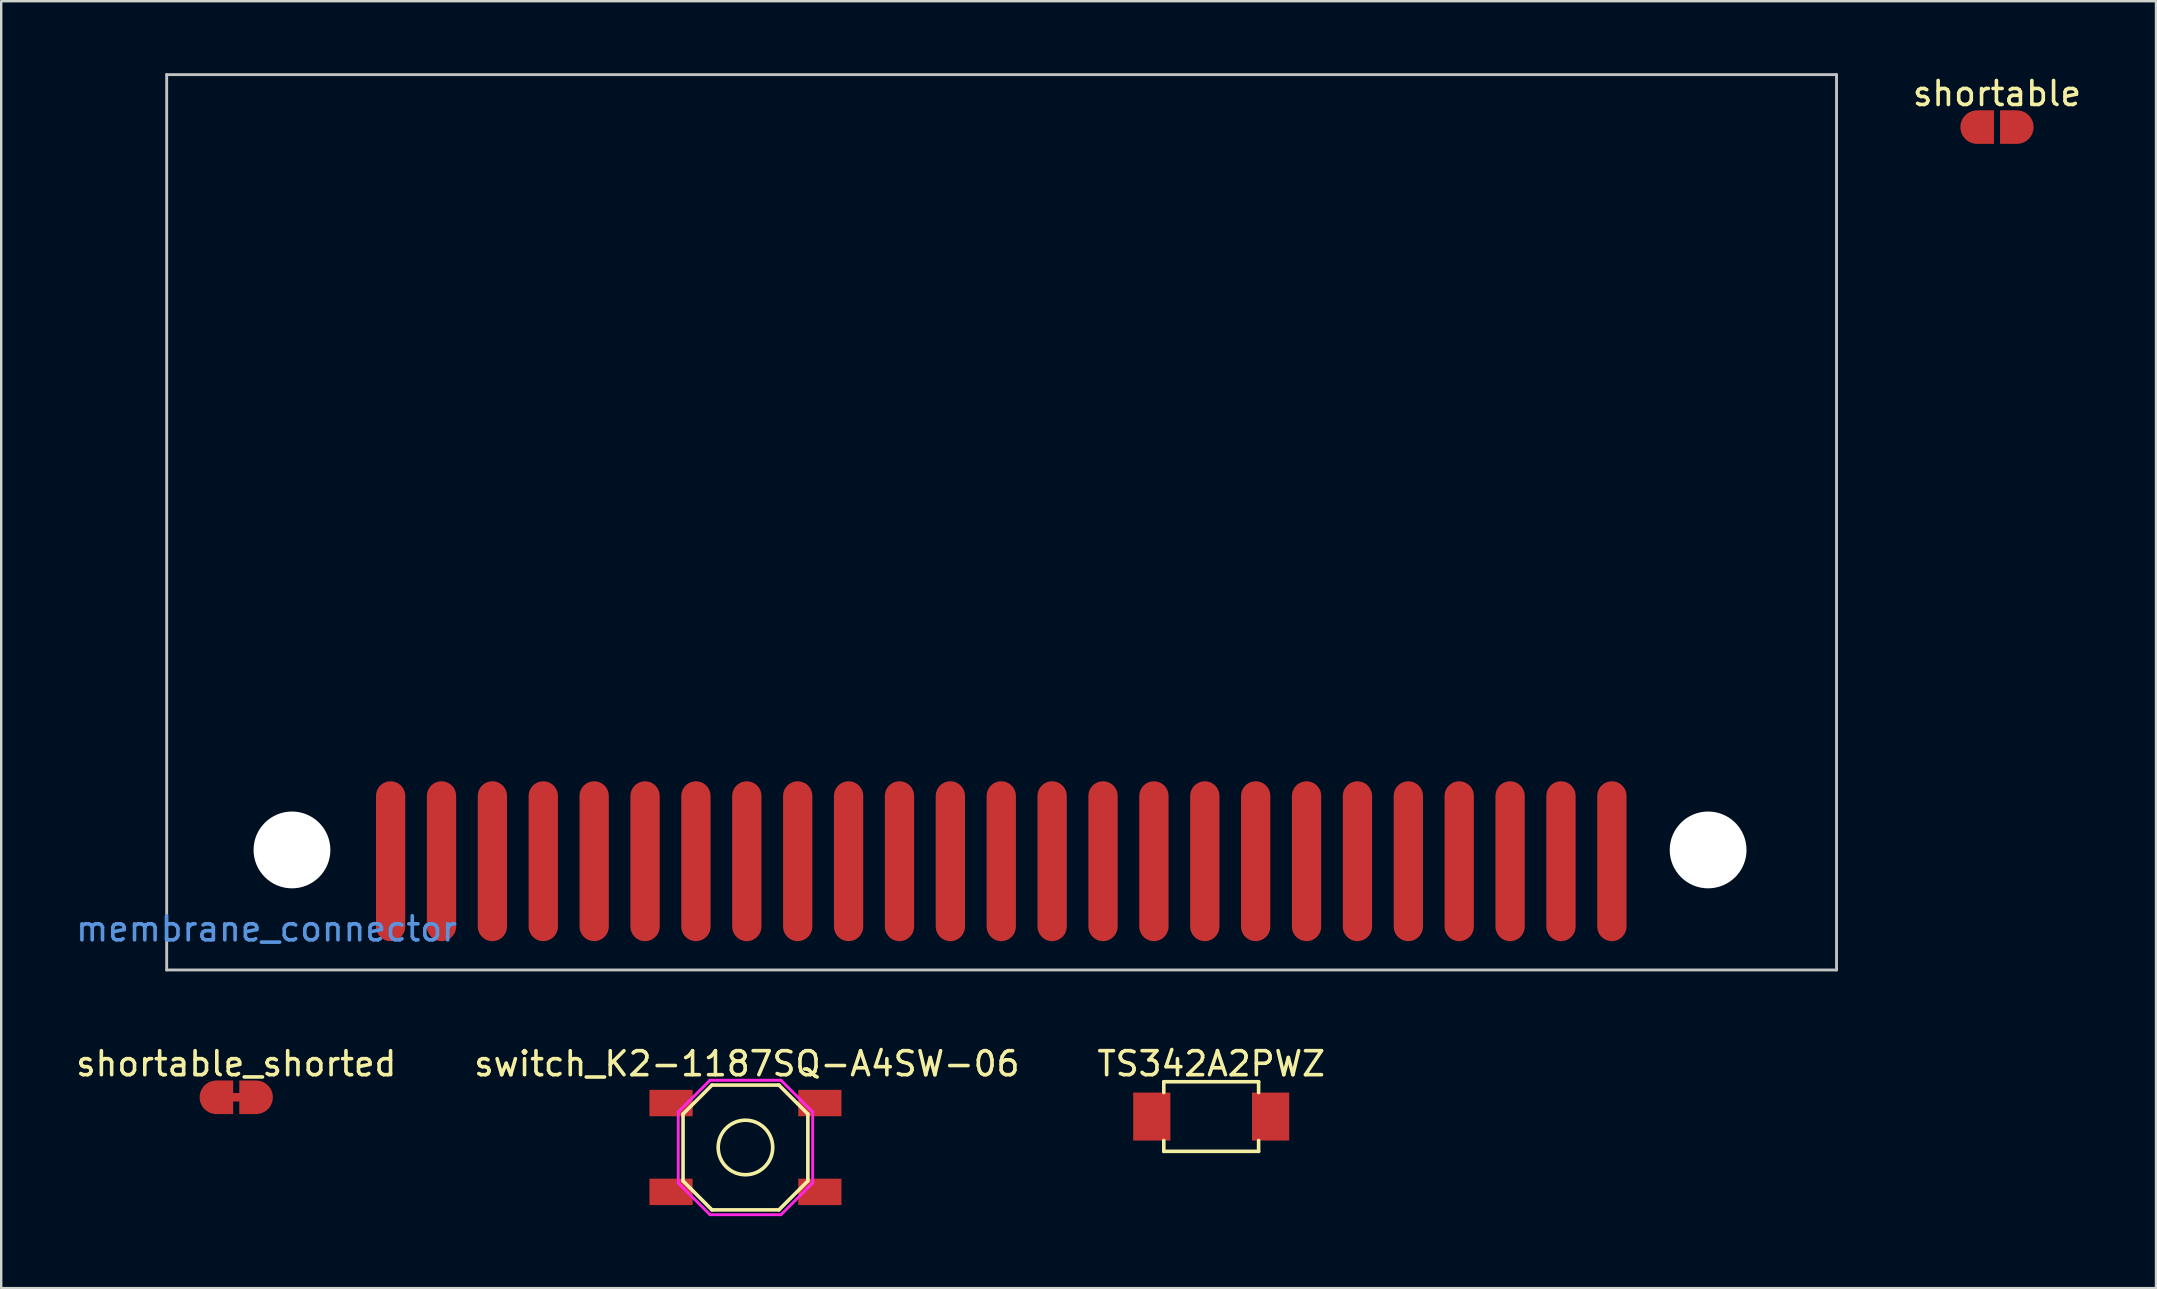
<source format=kicad_pcb>
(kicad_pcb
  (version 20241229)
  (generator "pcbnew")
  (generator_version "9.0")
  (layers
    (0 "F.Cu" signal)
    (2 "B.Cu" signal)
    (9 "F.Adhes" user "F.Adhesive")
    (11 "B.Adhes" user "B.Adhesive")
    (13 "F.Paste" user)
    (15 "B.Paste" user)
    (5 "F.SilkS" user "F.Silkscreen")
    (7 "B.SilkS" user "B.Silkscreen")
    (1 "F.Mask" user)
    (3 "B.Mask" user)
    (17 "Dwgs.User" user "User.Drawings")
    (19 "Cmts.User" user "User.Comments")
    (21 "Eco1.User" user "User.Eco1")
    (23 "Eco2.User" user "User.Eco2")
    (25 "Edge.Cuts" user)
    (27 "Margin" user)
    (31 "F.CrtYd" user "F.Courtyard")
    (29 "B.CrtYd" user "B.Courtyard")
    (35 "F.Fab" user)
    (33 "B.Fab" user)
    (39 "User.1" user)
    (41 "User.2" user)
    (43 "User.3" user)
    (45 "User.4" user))
  (footprint "TS342A2PWZ"
    (layer "F.Cu")
    (at 47.411 43.468)
    (property "Reference" "TS342A2PWZ" (at 0 -2.2 0) (layer "F.SilkS") (effects (font (size 1 1) (thickness 0.15))))
    (attr smd)
    (fp_line (start -1.975 -1.45) (end 1.975 -1.45) (stroke (width 0.15) (type solid)) (layer "F.SilkS"))
    (fp_line (start -1.975 -1) (end -1.975 -1.45) (stroke (width 0.15) (type solid)) (layer "F.SilkS"))
    (fp_line (start -1.975 1) (end -1.975 1.45) (stroke (width 0.15) (type solid)) (layer "F.SilkS"))
    (fp_line (start -1.975 1.45) (end 1.975 1.45) (stroke (width 0.15) (type solid)) (layer "F.SilkS"))
    (fp_line (start 1.975 -1.45) (end 1.975 -1) (stroke (width 0.15) (type solid)) (layer "F.SilkS"))
    (fp_line (start 1.975 1.45) (end 1.975 1) (stroke (width 0.15) (type solid)) (layer "F.SilkS"))
    (pad "1" smd rect (at -2.475 0) (size 1.55 2) (layers "F.Cu" "F.Mask" "F.Paste"))
    (pad "2" smd rect (at 2.475 0) (size 1.55 2) (layers "F.Cu" "F.Mask" "F.Paste")))
  (footprint "switch_K2-1187SQ-A4SW-06"
    (layer "F.Cu")
    (at 28.007 44.756)
    (property "Reference" "switch_K2-1187SQ-A4SW-06" (at 0.058 -3.487 0) (layer "F.SilkS") (effects (font (size 1 1) (thickness 0.15))))
    (attr smd)
    (fp_line (start -2.6 1.395) (end -2.6 -1.395) (stroke (width 0.15) (type solid)) (layer "F.SilkS"))
    (fp_line (start -1.395 -2.6) (end -2.6 -1.395) (stroke (width 0.15) (type solid)) (layer "F.SilkS"))
    (fp_line (start -1.395 -2.6) (end 1.395 -2.6) (stroke (width 0.15) (type solid)) (layer "F.SilkS"))
    (fp_line (start -1.395 2.6) (end -2.6 1.395) (stroke (width 0.15) (type solid)) (layer "F.SilkS"))
    (fp_line (start 1.395 -2.6) (end 2.6 -1.395) (stroke (width 0.15) (type solid)) (layer "F.SilkS"))
    (fp_line (start 1.395 2.6) (end -1.395 2.6) (stroke (width 0.15) (type solid)) (layer "F.SilkS"))
    (fp_line (start 1.395 2.6) (end 2.6 1.395) (stroke (width 0.15) (type solid)) (layer "F.SilkS"))
    (fp_line (start 2.6 -1.395) (end 2.6 1.395) (stroke (width 0.15) (type solid)) (layer "F.SilkS"))
    (fp_circle (center 0 0) (end 1.136 0) (stroke (width 0.15) (type solid)) (fill no) (layer "F.SilkS"))
    (fp_line (start -2.8 -1.48) (end -1.48 -2.8) (stroke (width 0.12) (type solid)) (layer "F.CrtYd"))
    (fp_line (start -2.8 1.48) (end -2.8 -1.48) (stroke (width 0.12) (type solid)) (layer "F.CrtYd"))
    (fp_line (start -1.48 -2.8) (end 1.48 -2.8) (stroke (width 0.12) (type solid)) (layer "F.CrtYd"))
    (fp_line (start -1.48 2.8) (end -2.8 1.48) (stroke (width 0.12) (type solid)) (layer "F.CrtYd"))
    (fp_line (start 1.48 -2.8) (end 2.8 -1.48) (stroke (width 0.12) (type solid)) (layer "F.CrtYd"))
    (fp_line (start 1.48 2.8) (end -1.48 2.8) (stroke (width 0.12) (type solid)) (layer "F.CrtYd"))
    (fp_line (start 2.8 -1.48) (end 2.8 1.48) (stroke (width 0.12) (type solid)) (layer "F.CrtYd"))
    (fp_line (start 2.8 1.48) (end 1.48 2.8) (stroke (width 0.12) (type solid)) (layer "F.CrtYd"))
    (pad "1" smd rect (at -3.1 -1.85) (size 1.8 1.1) (layers "F.Cu" "F.Mask" "F.Paste"))
    (pad "2" smd rect (at 3.1 -1.85) (size 1.8 1.1) (layers "F.Cu" "F.Mask" "F.Paste"))
    (pad "3" smd rect (at -3.1 1.85) (size 1.8 1.1) (layers "F.Cu" "F.Mask" "F.Paste"))
    (pad "4" smd rect (at 3.1 1.85) (size 1.8 1.1) (layers "F.Cu" "F.Mask" "F.Paste")))
  (footprint "shortable_shorted"
    (layer "F.Cu")
    (at 6.792 42.665)
    (property "Reference" "shortable_shorted" (at 0 -1.397 0) (layer "F.SilkS") (effects (font (size 1 1) (thickness 0.15))))
    (attr through_hole)
    (fp_poly (pts (xy 0.254 0.127) (xy -0.254 0.127) (xy -0.254 -0.127) (xy 0.254 -0.127)) (stroke (width 0.1) (type solid)) (fill yes) (layer "F.Cu"))
    (fp_poly (pts (xy 0.318 0.699) (xy -0.318 0.699) (xy -0.318 -0.699) (xy 0.318 -0.699)) (stroke (width 0) (type solid)) (fill yes) (layer "F.Mask"))
    (pad "1" smd custom (at -0.827 0 180) (size 1.4 1.4) (layers "F.Cu" "F.Mask") (options (anchor circle)) (primitives (gr_poly (pts (xy 0 -0.7) (xy -0.7 -0.7) (xy -0.7 0.7) (xy 0 0.7)) (width 0) (fill yes))))
    (pad "2" smd custom (at 0.827 0) (size 1.4 1.4) (layers "F.Cu" "F.Mask") (options (anchor circle)) (primitives (gr_poly (pts (xy 0 -0.7) (xy -0.7 -0.7) (xy -0.7 0.7) (xy 0 0.7)) (width 0) (fill yes)))))
  (footprint "shortable"
    (layer "F.Cu")
    (at 80.149 2.245)
    (property "Reference" "shortable" (at 0 -1.397 0) (layer "F.SilkS") (effects (font (size 1 1) (thickness 0.15))))
    (attr through_hole)
    (pad "1" smd custom (at -0.827 0 180) (size 1.4 1.4) (layers "F.Cu" "F.Mask") (options (anchor circle)) (primitives (gr_poly (pts (xy 0 -0.7) (xy -0.7 -0.7) (xy -0.7 0.7) (xy 0 0.7)) (width 0) (fill yes))))
    (pad "2" smd custom (at 0.827 0) (size 1.4 1.4) (layers "F.Cu" "F.Mask") (options (anchor circle)) (primitives (gr_poly (pts (xy 0 -0.7) (xy -0.7 -0.7) (xy -0.7 0.7) (xy 0 0.7)) (width 0) (fill yes)))))
  (footprint "membrane_connector"
    (layer "F.Cu")
    (at 13.224 32.83)
    (property "Reference" "membrane_connector" (at -5.17 2.82 0) (layer "Cmts.User") (effects (font (size 1 1) (thickness 0.15))))
    (attr through_hole)
    (fp_poly (pts (xy 60.25 4.54) (xy -9.34 4.54) (xy -9.34 -3.302) (xy 60.25 -3.302)) (stroke (width 0.1) (type solid)) (fill yes) (layer "F.Mask"))
    (fp_line (start -9.33 -32.77) (end -9.33 4.53) (stroke (width 0.12) (type solid)) (layer "Dwgs.User"))
    (fp_line (start -9.33 -32.77) (end 60.24 -32.77) (stroke (width 0.12) (type solid)) (layer "Dwgs.User"))
    (fp_line (start -9.33 4.53) (end 60.24 4.53) (stroke (width 0.12) (type solid)) (layer "Dwgs.User"))
    (fp_line (start 60.24 -32.77) (end 60.24 4.53) (stroke (width 0.12) (type solid)) (layer "Dwgs.User"))
    (pad "" np_thru_hole circle (at -4.11 -0.47) (size 3.2 3.2) (drill 3.2) (layers "*.Cu" "*.Mask"))
    (pad "" np_thru_hole circle (at 54.89 -0.47) (size 3.2 3.2) (drill 3.2) (layers "*.Cu" "*.Mask"))
    (pad "1" smd oval (at 0 0) (size 1.22 6.66) (layers "F.Cu" "F.Mask"))
    (pad "2" smd oval (at 2.12 0) (size 1.22 6.66) (layers "F.Cu" "F.Mask"))
    (pad "3" smd oval (at 4.24 0) (size 1.22 6.66) (layers "F.Cu" "F.Mask"))
    (pad "4" smd oval (at 6.36 0) (size 1.22 6.66) (layers "F.Cu" "F.Mask"))
    (pad "5" smd oval (at 8.48 0) (size 1.22 6.66) (layers "F.Cu" "F.Mask"))
    (pad "6" smd oval (at 10.6 0) (size 1.22 6.66) (layers "F.Cu" "F.Mask"))
    (pad "7" smd oval (at 12.72 0) (size 1.22 6.66) (layers "F.Cu" "F.Mask"))
    (pad "8" smd oval (at 14.84 0) (size 1.22 6.66) (layers "F.Cu" "F.Mask"))
    (pad "9" smd oval (at 16.96 0) (size 1.22 6.66) (layers "F.Cu" "F.Mask"))
    (pad "10" smd oval (at 19.08 0) (size 1.22 6.66) (layers "F.Cu" "F.Mask"))
    (pad "11" smd oval (at 21.2 0) (size 1.22 6.66) (layers "F.Cu" "F.Mask"))
    (pad "12" smd oval (at 23.32 0) (size 1.22 6.66) (layers "F.Cu" "F.Mask"))
    (pad "13" smd oval (at 25.44 0) (size 1.22 6.66) (layers "F.Cu" "F.Mask"))
    (pad "14" smd oval (at 27.56 0) (size 1.22 6.66) (layers "F.Cu" "F.Mask"))
    (pad "15" smd oval (at 29.68 0) (size 1.22 6.66) (layers "F.Cu" "F.Mask"))
    (pad "16" smd oval (at 31.8 0) (size 1.22 6.66) (layers "F.Cu" "F.Mask"))
    (pad "17" smd oval (at 33.92 0) (size 1.22 6.66) (layers "F.Cu" "F.Mask"))
    (pad "18" smd oval (at 36.04 0) (size 1.22 6.66) (layers "F.Cu" "F.Mask"))
    (pad "19" smd oval (at 38.16 0) (size 1.22 6.66) (layers "F.Cu" "F.Mask"))
    (pad "20" smd oval (at 40.28 0) (size 1.22 6.66) (layers "F.Cu" "F.Mask"))
    (pad "21" smd oval (at 42.4 0) (size 1.22 6.66) (layers "F.Cu" "F.Mask"))
    (pad "22" smd oval (at 44.52 0) (size 1.22 6.66) (layers "F.Cu" "F.Mask"))
    (pad "23" smd oval (at 46.64 0) (size 1.22 6.66) (layers "F.Cu" "F.Mask"))
    (pad "24" smd oval (at 48.76 0) (size 1.22 6.66) (layers "F.Cu" "F.Mask"))
    (pad "25" smd oval (at 50.88 0) (size 1.22 6.66) (layers "F.Cu" "F.Mask")))
  (gr_rect
    (start -3 -3)
    (end 86.774 50.616)
    (stroke (width 0.1) (type default))
    (fill no)
    (layer "Edge.Cuts")))
</source>
